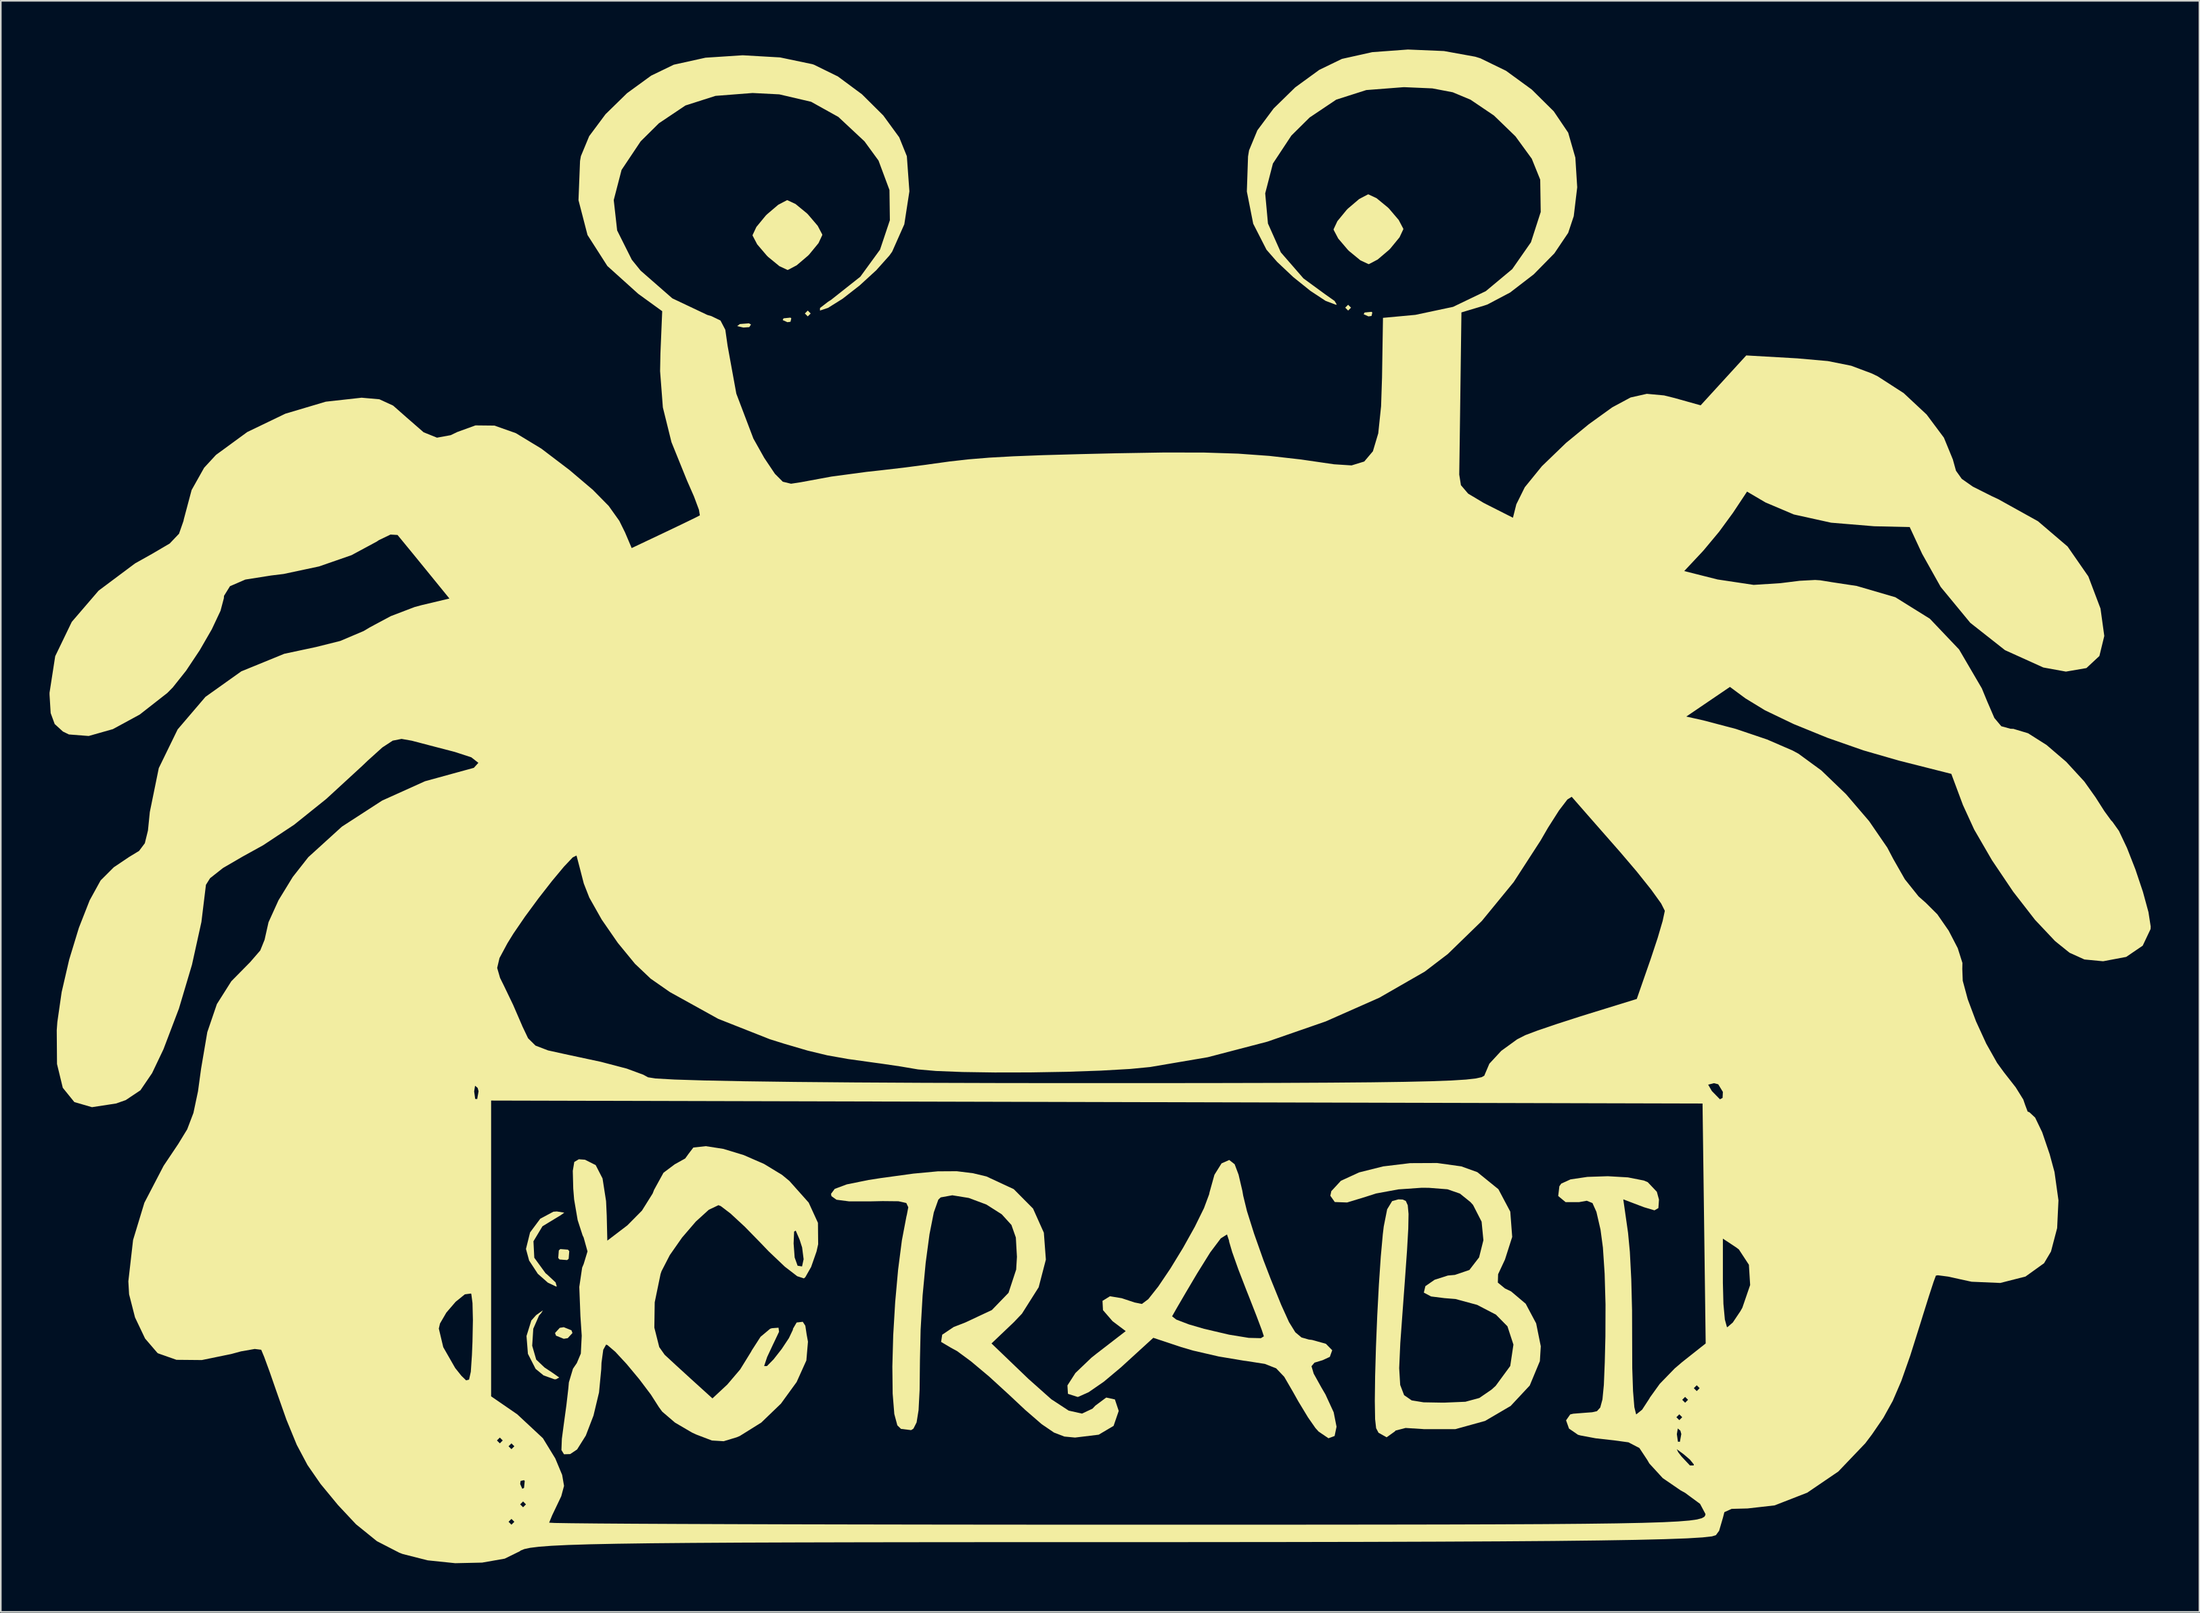
<source format=kicad_pcb>
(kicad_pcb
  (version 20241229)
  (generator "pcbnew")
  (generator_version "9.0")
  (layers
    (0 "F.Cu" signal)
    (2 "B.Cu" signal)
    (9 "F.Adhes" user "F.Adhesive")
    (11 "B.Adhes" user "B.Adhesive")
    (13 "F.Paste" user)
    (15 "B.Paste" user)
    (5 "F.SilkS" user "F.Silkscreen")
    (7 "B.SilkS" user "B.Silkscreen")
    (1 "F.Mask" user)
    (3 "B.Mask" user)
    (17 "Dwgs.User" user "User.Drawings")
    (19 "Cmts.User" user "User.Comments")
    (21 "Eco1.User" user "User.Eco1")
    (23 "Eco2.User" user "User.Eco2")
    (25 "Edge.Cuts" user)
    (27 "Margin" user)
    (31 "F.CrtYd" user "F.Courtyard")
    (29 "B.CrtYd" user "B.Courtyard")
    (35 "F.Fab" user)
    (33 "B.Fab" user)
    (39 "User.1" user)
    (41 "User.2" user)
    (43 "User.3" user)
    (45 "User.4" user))
  (footprint "PAMI"
    (layer "F.Cu")
    (at 69.403 33.248)
    (property "Reference" "PAMI" (at 0 0 0) (layer "F.SilkS") (effects (font (size 1.5 1.5) (thickness 0.3))))
    (attr board_only exclude_from_pos_files exclude_from_bom)
    (fp_poly (pts (xy -22.538 -16.993) (xy -22.717 -16.814) (xy -22.896 -16.993) (xy -22.717 -17.172)) (stroke (width 0) (type solid)) (fill yes) (layer "F.SilkS"))
    (fp_poly (pts (xy 10.732 -17.351) (xy 10.554 -17.172) (xy 10.375 -17.351) (xy 10.554 -17.53)) (stroke (width 0) (type solid)) (fill yes) (layer "F.SilkS"))
    (fp_poly (pts (xy -26.212 -16.315) (xy -26.319 -16.152) (xy -26.682 -16.127) (xy -27.064 -16.214) (xy -26.898 -16.343) (xy -26.339 -16.386)) (stroke (width 0) (type solid)) (fill yes) (layer "F.SilkS"))
    (fp_poly (pts (xy -23.731 -16.695) (xy -23.78 -16.482) (xy -23.969 -16.456) (xy -24.263 -16.587) (xy -24.208 -16.695) (xy -23.783 -16.738)) (stroke (width 0) (type solid)) (fill yes) (layer "F.SilkS"))
    (fp_poly (pts (xy 12.044 -17.053) (xy 11.995 -16.84) (xy 11.806 -16.814) (xy 11.511 -16.945) (xy 11.567 -17.053) (xy 11.992 -17.095)) (stroke (width 0) (type solid)) (fill yes) (layer "F.SilkS"))
    (fp_poly (pts (xy -37.484 40.659) (xy -37.403 40.753) (xy -37.439 41.22) (xy -37.533 41.301) (xy -38.001 41.265) (xy -38.081 41.171) (xy -38.045 40.704) (xy -37.952 40.623)) (stroke (width 0) (type solid)) (fill yes) (layer "F.SilkS"))
    (fp_poly (pts (xy -37.266 45.627) (xy -37.206 45.792) (xy -37.495 46.109) (xy -37.742 46.149) (xy -38.218 45.956) (xy -38.279 45.792) (xy -37.989 45.474) (xy -37.742 45.434)) (stroke (width 0) (type solid)) (fill yes) (layer "F.SilkS"))
    (fp_poly (pts (xy -39.125 44.561) (xy -39.263 44.718) (xy -39.618 45.528) (xy -39.685 46.576) (xy -39.437 47.431) (xy -39.436 47.432) (xy -38.928 47.914) (xy -38.458 48.226) (xy -38.02 48.533) (xy -38.215 48.639) (xy -38.313 48.643) (xy -38.983 48.404) (xy -39.476 47.999) (xy -39.948 47.074) (xy -40.035 45.978) (xy -39.738 45.022) (xy -39.442 44.69) (xy -39.028 44.397)) (stroke (width 0) (type solid)) (fill yes) (layer "F.SilkS"))
    (fp_poly (pts (xy -37.71 38.381) (xy -37.921 38.533) (xy -39.051 39.218) (xy -39.607 40.143) (xy -39.556 41.157) (xy -38.862 42.111) (xy -38.767 42.188) (xy -38.244 42.676) (xy -38.171 42.922) (xy -38.217 42.93) (xy -38.722 42.69) (xy -39.338 42.147) (xy -39.874 41.33) (xy -40.068 40.616) (xy -39.815 39.597) (xy -39.187 38.753) (xy -38.38 38.322) (xy -38.169 38.307)) (stroke (width 0) (type solid)) (fill yes) (layer "F.SilkS"))
    (fp_poly (pts (xy -23.472 -23.736) (xy -22.778 -23.167) (xy -22.701 -23.091) (xy -22.106 -22.393) (xy -21.826 -21.86) (xy -21.823 -21.823) (xy -22.056 -21.325) (xy -22.625 -20.632) (xy -22.701 -20.554) (xy -23.399 -19.96) (xy -23.932 -19.679) (xy -23.969 -19.676) (xy -24.466 -19.909) (xy -25.16 -20.478) (xy -25.237 -20.554) (xy -25.832 -21.252) (xy -26.112 -21.785) (xy -26.115 -21.823) (xy -25.882 -22.32) (xy -25.313 -23.013) (xy -25.237 -23.091) (xy -24.539 -23.685) (xy -24.006 -23.966) (xy -23.969 -23.969)) (stroke (width 0) (type solid)) (fill yes) (layer "F.SilkS"))
    (fp_poly (pts (xy 12.303 -24.094) (xy 12.996 -23.525) (xy 13.074 -23.449) (xy 13.668 -22.751) (xy 13.949 -22.217) (xy 13.952 -22.18) (xy 13.719 -21.683) (xy 13.15 -20.989) (xy 13.074 -20.912) (xy 12.376 -20.318) (xy 11.843 -20.037) (xy 11.806 -20.034) (xy 11.308 -20.267) (xy 10.615 -20.836) (xy 10.537 -20.912) (xy 9.943 -21.61) (xy 9.662 -22.143) (xy 9.659 -22.18) (xy 9.892 -22.678) (xy 10.461 -23.371) (xy 10.537 -23.449) (xy 11.235 -24.043) (xy 11.769 -24.323) (xy 11.806 -24.327)) (stroke (width 0) (type solid)) (fill yes) (layer "F.SilkS"))
    (fp_poly (pts (xy -12.542 35.953) (xy -11.717 36.151) (xy -10.034 36.933) (xy -8.847 38.129) (xy -8.181 39.616) (xy -8.057 41.272) (xy -8.5 42.975) (xy -9.53 44.603) (xy -10.032 45.13) (xy -11.404 46.436) (xy -9.131 48.618) (xy -7.724 49.87) (xy -6.652 50.572) (xy -5.833 50.755) (xy -5.188 50.453) (xy -5.008 50.263) (xy -4.341 49.767) (xy -3.807 49.883) (xy -3.578 50.569) (xy -3.577 50.609) (xy -3.887 51.511) (xy -4.805 52.055) (xy -6.26 52.231) (xy -6.917 52.169) (xy -7.556 51.924) (xy -8.315 51.406) (xy -9.331 50.527) (xy -10.325 49.595) (xy -11.549 48.475) (xy -12.665 47.539) (xy -13.524 46.905) (xy -13.9 46.702) (xy -14.507 46.341) (xy -14.44 45.897) (xy -13.729 45.42) (xy -13.03 45.15) (xy -11.383 44.379) (xy -10.356 43.317) (xy -9.885 41.884) (xy -9.838 41.102) (xy -9.906 39.91) (xy -10.178 39.138) (xy -10.759 38.498) (xy -10.788 38.473) (xy -11.72 37.88) (xy -12.805 37.475) (xy -13.818 37.311) (xy -14.531 37.44) (xy -14.678 37.579) (xy -14.956 38.363) (xy -15.222 39.709) (xy -15.457 41.465) (xy -15.646 43.478) (xy -15.769 45.596) (xy -15.81 47.454) (xy -15.831 49.298) (xy -15.895 50.54) (xy -16.016 51.296) (xy -16.209 51.679) (xy -16.352 51.773) (xy -16.978 51.697) (xy -17.202 51.478) (xy -17.389 50.781) (xy -17.49 49.524) (xy -17.509 47.857) (xy -17.456 45.93) (xy -17.335 43.893) (xy -17.155 41.894) (xy -16.922 40.085) (xy -16.642 38.614) (xy -16.617 38.514) (xy -16.528 38.048) (xy -16.651 37.787) (xy -17.129 37.679) (xy -18.105 37.669) (xy -18.84 37.685) (xy -20.185 37.684) (xy -20.948 37.585) (xy -21.259 37.365) (xy -21.286 37.224) (xy -21.057 36.916) (xy -20.315 36.64) (xy -18.976 36.369) (xy -18.245 36.255) (xy -16.217 35.977) (xy -14.71 35.836) (xy -13.545 35.829)) (stroke (width 0) (type solid)) (fill yes) (layer "F.SilkS"))
    (fp_poly (pts (xy 17.523 35.531) (xy 18.507 35.885) (xy 19.806 36.937) (xy 20.538 38.318) (xy 20.656 39.875) (xy 20.21 41.271) (xy 19.788 42.173) (xy 19.772 42.688) (xy 20.207 43.047) (xy 20.589 43.231) (xy 21.487 43.99) (xy 22.131 45.2) (xy 22.416 46.61) (xy 22.36 47.523) (xy 21.736 49.026) (xy 20.562 50.283) (xy 18.986 51.207) (xy 17.154 51.713) (xy 15.215 51.714) (xy 15.172 51.708) (xy 14.091 51.64) (xy 13.476 51.8) (xy 13.426 51.856) (xy 12.924 52.215) (xy 12.425 51.934) (xy 12.277 51.654) (xy 12.215 51.098) (xy 12.197 49.976) (xy 12.216 48.438) (xy 12.268 46.633) (xy 12.347 44.708) (xy 12.448 42.813) (xy 12.564 41.096) (xy 12.69 39.706) (xy 12.747 39.234) (xy 12.957 38.173) (xy 13.263 37.67) (xy 13.643 37.563) (xy 13.913 37.572) (xy 14.106 37.661) (xy 14.225 37.926) (xy 14.274 38.462) (xy 14.257 39.364) (xy 14.179 40.726) (xy 14.042 42.645) (xy 13.923 44.254) (xy 13.766 46.412) (xy 13.697 47.957) (xy 13.76 48.992) (xy 14.001 49.62) (xy 14.466 49.942) (xy 15.2 50.061) (xy 16.248 50.079) (xy 16.508 50.079) (xy 17.775 50.026) (xy 18.631 49.794) (xy 19.377 49.283) (xy 19.638 49.047) (xy 20.536 47.823) (xy 20.732 46.507) (xy 20.363 45.38) (xy 19.654 44.661) (xy 18.498 44.06) (xy 17.163 43.699) (xy 16.489 43.645) (xy 15.663 43.542) (xy 15.215 43.305) (xy 15.31 42.908) (xy 15.879 42.514) (xy 16.695 42.253) (xy 17.128 42.214) (xy 18.019 41.912) (xy 18.618 41.134) (xy 18.883 40.077) (xy 18.772 38.936) (xy 18.245 37.905) (xy 18.082 37.726) (xy 17.438 37.207) (xy 16.671 36.941) (xy 15.526 36.852) (xy 15.085 36.848) (xy 13.65 36.947) (xy 12.277 37.199) (xy 11.629 37.407) (xy 10.49 37.754) (xy 9.732 37.726) (xy 9.458 37.339) (xy 9.518 37.058) (xy 10.109 36.418) (xy 11.232 35.902) (xy 12.711 35.532) (xy 14.37 35.332) (xy 16.033 35.324)) (stroke (width 0) (type solid)) (fill yes) (layer "F.SilkS"))
    (fp_poly (pts (xy 3.567 35.4) (xy 3.808 36.041) (xy 4.043 37.045) (xy 4.094 37.339) (xy 4.326 38.289) (xy 4.766 39.684) (xy 5.342 41.311) (xy 5.783 42.458) (xy 6.435 44.064) (xy 6.914 45.12) (xy 7.302 45.748) (xy 7.681 46.066) (xy 8.131 46.195) (xy 8.332 46.219) (xy 9.183 46.456) (xy 9.574 46.854) (xy 9.427 47.262) (xy 8.981 47.467) (xy 8.484 47.617) (xy 8.298 47.838) (xy 8.434 48.295) (xy 8.909 49.15) (xy 9.159 49.578) (xy 9.664 50.674) (xy 9.84 51.564) (xy 9.721 52.135) (xy 9.343 52.274) (xy 8.739 51.865) (xy 8.54 51.644) (xy 8.086 50.993) (xy 7.481 49.994) (xy 7.154 49.41) (xy 6.618 48.488) (xy 6.121 47.967) (xy 5.422 47.694) (xy 4.279 47.515) (xy 4.126 47.496) (xy 2.585 47.238) (xy 1.011 46.875) (xy 0.275 46.659) (xy -1.442 46.088) (xy -3.433 47.907) (xy -4.488 48.791) (xy -5.425 49.438) (xy -6.062 49.723) (xy -6.111 49.727) (xy -6.698 49.538) (xy -6.729 49.021) (xy -6.237 48.255) (xy -5.255 47.316) (xy -4.953 47.075) (xy -3.14 45.676) (xy -3.951 45.064) (xy -4.21 44.765) (xy -0.284 44.765) (xy -0.026 44.966) (xy 0.749 45.262) (xy 1.684 45.535) (xy 3.224 45.895) (xy 4.434 46.092) (xy 5.183 46.111) (xy 5.366 45.997) (xy 5.242 45.618) (xy 4.913 44.743) (xy 4.443 43.541) (xy 4.293 43.165) (xy 3.79 41.864) (xy 3.414 40.803) (xy 3.228 40.168) (xy 3.22 40.097) (xy 3.095 39.723) (xy 2.714 39.963) (xy 2.062 40.831) (xy 1.252 42.132) (xy 0.562 43.298) (xy 0.025 44.218) (xy -0.264 44.726) (xy -0.284 44.765) (xy -4.21 44.765) (xy -4.54 44.385) (xy -4.57 43.813) (xy -4.11 43.529) (xy -3.388 43.649) (xy -2.594 43.912) (xy -2.144 44.003) (xy -1.752 43.709) (xy -1.137 42.931) (xy -0.391 41.825) (xy 0.39 40.547) (xy 1.111 39.255) (xy 1.678 38.104) (xy 1.996 37.25) (xy 2.022 37.125) (xy 2.322 36.048) (xy 2.76 35.347) (xy 3.233 35.137)) (stroke (width 0) (type solid)) (fill yes) (layer "F.SilkS"))
    (fp_poly (pts (xy -27.912 34.454) (xy -26.664 34.834) (xy -25.409 35.381) (xy -24.302 36.054) (xy -23.848 36.429) (xy -22.661 37.761) (xy -22.09 39.008) (xy -22.077 40.326) (xy -22.178 40.774) (xy -22.51 41.725) (xy -22.866 42.351) (xy -22.954 42.429) (xy -23.367 42.295) (xy -24.129 41.708) (xy -25.127 40.76) (xy -25.569 40.298) (xy -25.59 40.276) (xy -23.589 40.276) (xy -23.525 41.14) (xy -23.343 41.65) (xy -23.07 41.693) (xy -22.972 41.248) (xy -23.065 40.523) (xy -23.218 40.045) (xy -23.46 39.486) (xy -23.558 39.547) (xy -23.589 40.276) (xy -23.589 40.276) (xy -25.59 40.276) (xy -26.596 39.246) (xy -27.475 38.433) (xy -28.073 37.977) (xy -28.218 37.921) (xy -28.812 38.203) (xy -29.609 38.928) (xy -30.459 39.918) (xy -31.212 40.995) (xy -31.72 41.981) (xy -31.782 42.164) (xy -32.141 43.902) (xy -32.164 45.461) (xy -31.861 46.661) (xy -31.528 47.133) (xy -30.826 47.782) (xy -29.93 48.601) (xy -29.723 48.789) (xy -28.586 49.82) (xy -27.673 48.968) (xy -26.879 48.035) (xy -26.199 46.933) (xy -26.169 46.87) (xy -25.625 46.026) (xy -25.036 45.532) (xy -24.927 45.497) (xy -24.518 45.466) (xy -24.486 45.717) (xy -24.818 46.419) (xy -24.838 46.458) (xy -25.22 47.274) (xy -25.397 47.806) (xy -25.398 47.831) (xy -25.229 47.828) (xy -24.821 47.413) (xy -24.322 46.776) (xy -23.878 46.107) (xy -23.636 45.598) (xy -23.624 45.523) (xy -23.402 45.145) (xy -23.024 45.102) (xy -22.868 45.344) (xy -22.785 45.888) (xy -22.705 46.328) (xy -22.804 47.482) (xy -23.402 48.811) (xy -24.37 50.144) (xy -25.581 51.309) (xy -26.906 52.136) (xy -27.095 52.215) (xy -27.897 52.457) (xy -28.62 52.412) (xy -29.576 52.048) (xy -29.852 51.92) (xy -30.892 51.31) (xy -31.682 50.633) (xy -31.883 50.358) (xy -32.376 49.587) (xy -33.086 48.645) (xy -33.867 47.706) (xy -34.572 46.945) (xy -35.053 46.535) (xy -35.135 46.507) (xy -35.31 46.826) (xy -35.418 47.628) (xy -35.433 48.027) (xy -35.57 49.453) (xy -35.91 50.876) (xy -36.383 52.108) (xy -36.92 52.964) (xy -37.346 53.249) (xy -37.727 53.26) (xy -37.885 52.999) (xy -37.858 52.305) (xy -37.746 51.462) (xy -37.579 50.237) (xy -37.46 49.212) (xy -37.426 48.832) (xy -37.174 47.991) (xy -36.937 47.644) (xy -36.69 47.057) (xy -36.635 45.96) (xy -36.715 44.754) (xy -36.785 42.955) (xy -36.609 41.764) (xy -36.516 41.547) (xy -36.279 40.766) (xy -36.517 39.911) (xy -36.582 39.777) (xy -36.885 38.841) (xy -37.103 37.567) (xy -37.157 36.901) (xy -37.185 35.806) (xy -37.093 35.258) (xy -36.814 35.093) (xy -36.434 35.121) (xy -35.775 35.453) (xy -35.353 36.275) (xy -35.136 37.671) (xy -35.095 38.565) (xy -35.059 40.104) (xy -33.825 39.163) (xy -32.928 38.256) (xy -32.267 37.2) (xy -32.18 36.976) (xy -31.601 35.923) (xy -30.91 35.404) (xy -30.264 35.045) (xy -30.051 34.749) (xy -29.761 34.37) (xy -28.996 34.286)) (stroke (width 0) (type solid)) (fill yes) (layer "F.SilkS"))
    (fp_poly (pts (xy 16.454 -33.155) (xy 18.381 -32.806) (xy 18.698 -32.707) (xy 20.277 -31.938) (xy 21.861 -30.783) (xy 23.217 -29.44) (xy 24.103 -28.128) (xy 24.544 -26.592) (xy 24.659 -24.764) (xy 24.446 -22.987) (xy 24.103 -21.957) (xy 23.253 -20.696) (xy 21.981 -19.402) (xy 20.526 -18.283) (xy 19.13 -17.546) (xy 18.909 -17.472) (xy 17.53 -17.059) (xy 17.47 -12.554) (xy 17.446 -10.738) (xy 17.424 -9.103) (xy 17.406 -7.825) (xy 17.395 -7.082) (xy 17.395 -7.073) (xy 17.499 -6.419) (xy 17.944 -5.898) (xy 18.888 -5.334) (xy 19.04 -5.255) (xy 20.702 -4.414) (xy 20.91 -5.241) (xy 21.43 -6.291) (xy 22.482 -7.585) (xy 23.97 -9.021) (xy 25.368 -10.169) (xy 26.817 -11.214) (xy 27.945 -11.82) (xy 28.945 -12.045) (xy 30.008 -11.947) (xy 30.656 -11.786) (xy 32.259 -11.337) (xy 33.663 -12.873) (xy 35.067 -14.409) (xy 38.196 -14.23) (xy 40.086 -14.063) (xy 41.529 -13.774) (xy 42.788 -13.303) (xy 43.161 -13.122) (xy 44.761 -12.089) (xy 46.173 -10.77) (xy 47.237 -9.345) (xy 47.794 -7.989) (xy 47.799 -7.961) (xy 47.981 -7.308) (xy 48.337 -6.808) (xy 49.015 -6.332) (xy 50.167 -5.752) (xy 50.577 -5.561) (xy 53.028 -4.2) (xy 54.853 -2.642) (xy 56.13 -0.801) (xy 56.879 1.178) (xy 57.112 2.866) (xy 56.811 4.1) (xy 56.012 4.844) (xy 54.75 5.061) (xy 53.359 4.808) (xy 50.998 3.74) (xy 48.86 2.056) (xy 47.039 -0.153) (xy 45.898 -2.189) (xy 45.131 -3.84) (xy 42.941 -3.89) (xy 40.293 -4.109) (xy 37.996 -4.616) (xy 36.25 -5.357) (xy 35.116 -6.024) (xy 34.245 -4.711) (xy 33.395 -3.55) (xy 32.445 -2.41) (xy 32.311 -2.264) (xy 31.248 -1.13) (xy 33.299 -0.613) (xy 35.523 -0.279) (xy 37.176 -0.385) (xy 38.352 -0.531) (xy 39.308 -0.582) (xy 39.623 -0.561) (xy 40.353 -0.443) (xy 41.438 -0.278) (xy 41.858 -0.216) (xy 44.244 0.48) (xy 46.372 1.805) (xy 48.171 3.697) (xy 49.573 6.095) (xy 49.899 6.887) (xy 50.344 7.917) (xy 50.77 8.425) (xy 51.339 8.582) (xy 51.514 8.586) (xy 52.419 8.858) (xy 53.56 9.582) (xy 54.77 10.619) (xy 55.882 11.829) (xy 56.572 12.8) (xy 57.119 13.657) (xy 57.529 14.221) (xy 57.615 14.31) (xy 58.014 14.871) (xy 58.509 15.917) (xy 59.027 17.239) (xy 59.492 18.626) (xy 59.831 19.869) (xy 59.969 20.759) (xy 59.961 20.919) (xy 59.477 21.94) (xy 58.462 22.631) (xy 57.061 22.895) (xy 57.006 22.896) (xy 55.889 22.789) (xy 54.973 22.375) (xy 54.083 21.658) (xy 52.847 20.348) (xy 51.499 18.61) (xy 50.198 16.679) (xy 49.102 14.789) (xy 48.41 13.281) (xy 47.693 11.359) (xy 44.464 10.542) (xy 42.29 9.915) (xy 40.064 9.137) (xy 37.976 8.287) (xy 36.215 7.441) (xy 35.019 6.711) (xy 34.063 6.004) (xy 32.719 6.917) (xy 31.375 7.83) (xy 32.412 8.061) (xy 34.426 8.591) (xy 36.351 9.242) (xy 37.918 9.92) (xy 38.279 10.115) (xy 39.694 11.151) (xy 41.212 12.611) (xy 42.632 14.269) (xy 43.752 15.901) (xy 44.121 16.603) (xy 44.832 17.849) (xy 45.678 18.907) (xy 46.121 19.298) (xy 46.831 20.006) (xy 47.53 21.014) (xy 48.088 22.091) (xy 48.377 23.002) (xy 48.369 23.37) (xy 48.397 24.099) (xy 48.706 25.244) (xy 49.216 26.603) (xy 49.845 27.975) (xy 50.512 29.158) (xy 50.94 29.745) (xy 51.657 30.662) (xy 52.126 31.416) (xy 52.231 31.725) (xy 52.395 32.159) (xy 52.501 32.197) (xy 52.855 32.527) (xy 53.289 33.43) (xy 53.748 34.778) (xy 54.047 35.88) (xy 54.29 37.623) (xy 54.209 39.333) (xy 53.83 40.775) (xy 53.404 41.494) (xy 52.261 42.315) (xy 50.71 42.71) (xy 48.944 42.635) (xy 48.478 42.535) (xy 47.498 42.319) (xy 46.862 42.236) (xy 46.744 42.258) (xy 46.602 42.64) (xy 46.311 43.532) (xy 45.926 44.76) (xy 45.829 45.076) (xy 45.168 47.175) (xy 44.612 48.753) (xy 44.085 49.977) (xy 43.508 51.017) (xy 42.804 52.044) (xy 42.394 52.587) (xy 40.735 54.323) (xy 38.821 55.626) (xy 36.814 56.408) (xy 35.149 56.597) (xy 34.168 56.622) (xy 33.72 56.825) (xy 33.628 57.18) (xy 33.397 57.971) (xy 33.199 58.241) (xy 32.96 58.315) (xy 32.378 58.38) (xy 31.421 58.438) (xy 30.056 58.488) (xy 28.253 58.532) (xy 25.979 58.568) (xy 23.202 58.599) (xy 19.89 58.623) (xy 16.011 58.642) (xy 11.533 58.656) (xy 6.425 58.665) (xy 0.655 58.67) (xy -3.531 58.67) (xy -9.47 58.671) (xy -14.733 58.674) (xy -19.363 58.68) (xy -23.4 58.689) (xy -26.885 58.701) (xy -29.859 58.719) (xy -32.364 58.741) (xy -34.439 58.77) (xy -36.125 58.804) (xy -37.465 58.846) (xy -38.498 58.896) (xy -39.266 58.954) (xy -39.809 59.021) (xy -40.168 59.097) (xy -40.384 59.184) (xy -40.458 59.237) (xy -41.377 59.688) (xy -42.769 59.932) (xy -44.422 59.968) (xy -46.122 59.792) (xy -47.657 59.403) (xy -47.866 59.323) (xy -49.246 58.612) (xy -50.534 57.57) (xy -50.676 57.418) (xy -41.141 57.418) (xy -40.962 57.597) (xy -40.783 57.418) (xy -40.962 57.239) (xy -41.141 57.418) (xy -50.676 57.418) (xy -51.649 56.38) (xy -51.677 56.345) (xy -40.425 56.345) (xy -40.246 56.524) (xy -40.068 56.345) (xy -40.246 56.166) (xy -40.425 56.345) (xy -51.677 56.345) (xy -52.71 55.093) (xy -40.425 55.093) (xy -40.294 55.387) (xy -40.187 55.331) (xy -40.144 54.907) (xy -40.187 54.854) (xy -40.4 54.904) (xy -40.425 55.093) (xy -52.71 55.093) (xy -52.713 55.09) (xy -53.519 53.925) (xy -54.134 52.768) (xy -41.141 52.768) (xy -40.962 52.946) (xy -40.783 52.768) (xy -40.962 52.589) (xy -41.141 52.768) (xy -54.134 52.768) (xy -54.183 52.675) (xy -54.292 52.41) (xy -41.856 52.41) (xy -41.677 52.589) (xy -41.499 52.41) (xy -41.677 52.231) (xy -41.856 52.41) (xy -54.292 52.41) (xy -54.818 51.129) (xy -55.433 49.383) (xy -55.85 48.183) (xy -56.187 47.263) (xy -56.37 46.824) (xy -56.769 46.775) (xy -57.617 46.924) (xy -58.21 47.085) (xy -60.027 47.458) (xy -61.587 47.444) (xy -62.721 47.045) (xy -62.763 47.015) (xy -63.52 46.133) (xy -63.812 45.52) (xy -45.434 45.52) (xy -45.161 46.665) (xy -44.426 47.949) (xy -44.046 48.425) (xy -43.754 48.709) (xy -43.572 48.663) (xy -43.464 48.179) (xy -43.395 47.148) (xy -43.361 46.324) (xy -43.335 44.987) (xy -43.36 43.949) (xy -43.432 43.398) (xy -43.452 43.361) (xy -43.83 43.41) (xy -44.398 43.869) (xy -44.97 44.535) (xy -45.362 45.208) (xy -45.434 45.52) (xy -63.812 45.52) (xy -64.14 44.831) (xy -64.505 43.406) (xy -64.55 42.609) (xy -64.259 40.064) (xy -63.563 37.771) (xy -62.378 35.493) (xy -61.481 34.155) (xy -60.928 33.251) (xy -60.543 32.24) (xy -60.382 31.478) (xy -42.214 31.478) (xy -42.214 40.585) (xy -42.214 49.692) (xy -40.606 50.799) (xy -39.024 52.273) (xy -38.263 53.517) (xy -37.84 54.531) (xy -37.724 55.206) (xy -37.895 55.842) (xy -38.083 56.239) (xy -38.453 57.014) (xy -38.633 57.453) (xy -38.637 57.473) (xy -38.287 57.491) (xy -37.27 57.507) (xy -35.633 57.523) (xy -33.425 57.538) (xy -30.693 57.551) (xy -27.486 57.563) (xy -23.852 57.574) (xy -19.838 57.582) (xy -15.493 57.589) (xy -10.865 57.594) (xy -6.001 57.597) (xy -3.041 57.597) (xy 2.793 57.597) (xy 7.953 57.595) (xy 12.48 57.591) (xy 16.416 57.585) (xy 19.801 57.575) (xy 22.678 57.561) (xy 25.087 57.541) (xy 27.069 57.516) (xy 28.667 57.484) (xy 29.922 57.445) (xy 30.874 57.397) (xy 31.565 57.341) (xy 32.036 57.275) (xy 32.33 57.198) (xy 32.486 57.11) (xy 32.547 57.011) (xy 32.555 56.938) (xy 32.223 56.314) (xy 31.294 55.63) (xy 31.035 55.489) (xy 29.924 54.727) (xy 29.1 53.828) (xy 28.972 53.608) (xy 28.536 52.949) (xy 30.79 52.949) (xy 30.878 53.134) (xy 31.078 53.394) (xy 31.6 53.95) (xy 31.834 53.947) (xy 31.839 53.885) (xy 31.595 53.586) (xy 31.213 53.259) (xy 30.79 52.949) (xy 28.536 52.949) (xy 28.486 52.874) (xy 27.813 52.524) (xy 26.937 52.404) (xy 25.798 52.277) (xy 24.857 52.101) (xy 24.706 52.059) (xy 24.653 52.022) (xy 30.794 52.022) (xy 30.86 52.486) (xy 30.982 52.492) (xy 31.068 52.013) (xy 31.011 51.806) (xy 30.852 51.671) (xy 30.794 52.022) (xy 24.653 52.022) (xy 24.153 51.678) (xy 23.973 51.171) (xy 24.107 50.979) (xy 30.766 50.979) (xy 30.945 51.158) (xy 31.124 50.979) (xy 30.945 50.8) (xy 30.766 50.979) (xy 24.107 50.979) (xy 24.228 50.806) (xy 24.416 50.762) (xy 25.142 50.705) (xy 25.579 50.673) (xy 25.873 50.607) (xy 26.077 50.382) (xy 26.213 49.882) (xy 26.299 48.993) (xy 26.356 47.598) (xy 26.395 45.992) (xy 26.402 44.034) (xy 26.348 42.14) (xy 26.241 40.529) (xy 26.095 39.432) (xy 25.842 38.334) (xy 25.598 37.789) (xy 25.246 37.648) (xy 24.776 37.732) (xy 23.945 37.733) (xy 23.489 37.356) (xy 23.56 36.756) (xy 23.676 36.592) (xy 24.248 36.332) (xy 25.285 36.179) (xy 26.544 36.137) (xy 27.783 36.209) (xy 28.757 36.401) (xy 29.001 36.503) (xy 29.562 37.096) (xy 29.693 37.576) (xy 29.657 38.099) (xy 29.417 38.238) (xy 28.774 38.047) (xy 28.438 37.92) (xy 27.495 37.561) (xy 27.789 39.619) (xy 27.901 40.802) (xy 27.987 42.471) (xy 28.036 44.4) (xy 28.042 46.239) (xy 28.048 47.951) (xy 28.096 49.37) (xy 28.177 50.361) (xy 28.283 50.792) (xy 28.301 50.8) (xy 28.655 50.515) (xy 29.052 49.906) (xy 31.124 49.906) (xy 31.303 50.085) (xy 31.482 49.906) (xy 31.303 49.727) (xy 31.124 49.906) (xy 29.052 49.906) (xy 29.106 49.823) (xy 29.136 49.765) (xy 29.549 49.19) (xy 31.839 49.19) (xy 32.018 49.369) (xy 32.197 49.19) (xy 32.018 49.011) (xy 31.839 49.19) (xy 29.549 49.19) (xy 29.742 48.922) (xy 30.66 47.976) (xy 31.12 47.583) (xy 32.569 46.436) (xy 32.485 39.98) (xy 33.628 39.98) (xy 33.628 42.707) (xy 33.661 44.001) (xy 33.75 44.963) (xy 33.875 45.419) (xy 33.905 45.434) (xy 34.236 45.149) (xy 34.709 44.445) (xy 34.828 44.233) (xy 35.307 42.837) (xy 35.23 41.589) (xy 34.612 40.645) (xy 34.433 40.512) (xy 33.628 39.98) (xy 32.485 39.98) (xy 32.473 39.048) (xy 32.376 31.661) (xy -4.919 31.569) (xy -42.214 31.478) (xy -60.382 31.478) (xy -60.263 30.915) (xy -43.259 30.915) (xy -43.193 31.379) (xy -43.071 31.385) (xy -42.986 30.906) (xy -43.043 30.699) (xy -43.202 30.564) (xy -43.259 30.915) (xy -60.263 30.915) (xy -60.261 30.904) (xy -60.206 30.498) (xy 32.722 30.498) (xy 32.939 30.875) (xy 32.988 30.931) (xy 33.448 31.4) (xy 33.61 31.313) (xy 33.628 30.945) (xy 33.341 30.474) (xy 33.077 30.408) (xy 32.722 30.498) (xy -60.206 30.498) (xy -60.07 29.505) (xy -59.689 27.264) (xy -59.099 25.536) (xy -58.21 24.13) (xy -57.401 23.309) (xy -41.841 23.309) (xy -41.663 23.925) (xy -41.427 24.402) (xy -40.86 25.582) (xy -40.319 26.831) (xy -40.296 26.889) (xy -39.939 27.64) (xy -39.481 28.093) (xy -38.708 28.389) (xy -37.684 28.615) (xy -35.453 29.093) (xy -33.862 29.51) (xy -32.843 29.886) (xy -32.555 30.045) (xy -32.085 30.118) (xy -30.924 30.183) (xy -29.094 30.24) (xy -26.619 30.289) (xy -23.523 30.33) (xy -19.829 30.362) (xy -15.561 30.385) (xy -10.741 30.399) (xy -6.529 30.403) (xy -1.587 30.403) (xy 2.687 30.398) (xy 6.338 30.39) (xy 9.415 30.375) (xy 11.963 30.354) (xy 14.03 30.325) (xy 15.662 30.288) (xy 16.906 30.242) (xy 17.809 30.185) (xy 18.418 30.117) (xy 18.78 30.036) (xy 18.941 29.942) (xy 18.961 29.886) (xy 19.25 29.208) (xy 19.983 28.416) (xy 20.96 27.707) (xy 21.465 27.449) (xy 22.216 27.166) (xy 23.428 26.754) (xy 24.877 26.287) (xy 25.343 26.142) (xy 28.326 25.221) (xy 29.188 22.745) (xy 29.612 21.465) (xy 29.92 20.416) (xy 30.05 19.811) (xy 30.051 19.787) (xy 29.826 19.34) (xy 29.215 18.49) (xy 28.314 17.361) (xy 27.309 16.181) (xy 26.204 14.922) (xy 25.267 13.854) (xy 24.603 13.094) (xy 24.321 12.771) (xy 24.055 12.936) (xy 23.539 13.612) (xy 22.859 14.679) (xy 22.402 15.468) (xy 20.747 18.024) (xy 18.786 20.418) (xy 16.694 22.451) (xy 15.276 23.534) (xy 12.476 25.143) (xy 9.174 26.604) (xy 5.582 27.85) (xy 1.909 28.809) (xy -1.636 29.412) (xy -2.862 29.531) (xy -4.694 29.635) (xy -6.801 29.707) (xy -9.026 29.744) (xy -11.21 29.748) (xy -13.193 29.719) (xy -14.818 29.656) (xy -15.925 29.56) (xy -16.099 29.531) (xy -17.02 29.375) (xy -18.229 29.197) (xy -18.603 29.147) (xy -20.242 28.919) (xy -21.517 28.692) (xy -22.728 28.4) (xy -24.171 27.977) (xy -25.054 27.7) (xy -28.229 26.446) (xy -31.206 24.797) (xy -32.393 23.969) (xy -33.356 23.055) (xy -34.414 21.766) (xy -35.405 20.332) (xy -36.168 18.98) (xy -36.508 18.111) (xy -36.758 17.142) (xy -36.929 16.49) (xy -36.957 16.388) (xy -37.189 16.503) (xy -37.727 17.071) (xy -38.466 17.958) (xy -39.302 19.03) (xy -40.13 20.155) (xy -40.844 21.199) (xy -41.209 21.79) (xy -41.698 22.701) (xy -41.841 23.309) (xy -57.401 23.309) (xy -57.051 22.954) (xy -56.429 22.235) (xy -56.159 21.568) (xy -56.158 21.557) (xy -55.92 20.497) (xy -55.305 19.142) (xy -54.429 17.71) (xy -53.471 16.49) (xy -51.403 14.61) (xy -48.925 13.004) (xy -46.282 11.812) (xy -44.271 11.26) (xy -43.278 10.988) (xy -42.999 10.68) (xy -43.432 10.34) (xy -44.45 10.008) (xy -45.71 9.68) (xy -46.896 9.37) (xy -47.101 9.316) (xy -47.729 9.205) (xy -48.272 9.313) (xy -48.909 9.73) (xy -49.816 10.548) (xy -50.142 10.86) (xy -52.363 12.902) (xy -54.341 14.49) (xy -56.247 15.752) (xy -57.508 16.449) (xy -58.72 17.154) (xy -59.518 17.784) (xy -59.773 18.192) (xy -60.052 20.482) (xy -60.632 23.111) (xy -61.436 25.814) (xy -62.389 28.321) (xy -63.089 29.79) (xy -63.807 30.845) (xy -64.712 31.45) (xy -65.312 31.659) (xy -66.789 31.885) (xy -67.875 31.571) (xy -68.587 30.692) (xy -68.943 29.225) (xy -68.959 27.146) (xy -68.922 26.642) (xy -68.658 24.804) (xy -68.193 22.796) (xy -67.596 20.838) (xy -66.932 19.146) (xy -66.269 17.94) (xy -66.245 17.908) (xy -65.449 17.113) (xy -64.504 16.477) (xy -63.89 16.104) (xy -63.536 15.632) (xy -63.343 14.847) (xy -63.228 13.707) (xy -62.676 11.003) (xy -61.515 8.621) (xy -59.803 6.617) (xy -57.597 5.046) (xy -54.952 3.965) (xy -53.004 3.549) (xy -51.501 3.173) (xy -50.061 2.562) (xy -49.666 2.327) (xy -48.384 1.642) (xy -46.925 1.085) (xy -46.509 0.972) (xy -44.781 0.561) (xy -46.247 -1.24) (xy -47.046 -2.22) (xy -47.677 -2.989) (xy -47.977 -3.353) (xy -48.41 -3.378) (xy -49.129 -3.032) (xy -49.252 -2.948) (xy -50.808 -2.11) (xy -52.81 -1.415) (xy -54.992 -0.951) (xy -55.762 -0.857) (xy -57.346 -0.607) (xy -58.291 -0.199) (xy -58.66 0.396) (xy -58.67 0.544) (xy -58.875 1.317) (xy -59.409 2.451) (xy -60.156 3.746) (xy -60.996 5.007) (xy -61.813 6.034) (xy -62.151 6.377) (xy -63.851 7.707) (xy -65.502 8.604) (xy -66.992 9.026) (xy -68.209 8.932) (xy -68.579 8.752) (xy -69.086 8.29) (xy -69.333 7.616) (xy -69.402 6.492) (xy -69.403 6.365) (xy -69.054 4.113) (xy -68.034 1.999) (xy -66.382 0.076) (xy -64.136 -1.603) (xy -63.067 -2.202) (xy -62.004 -2.827) (xy -61.43 -3.43) (xy -61.155 -4.218) (xy -61.137 -4.313) (xy -60.655 -6.121) (xy -59.885 -7.492) (xy -59.154 -8.284) (xy -57.229 -9.692) (xy -54.884 -10.821) (xy -52.395 -11.561) (xy -50.187 -11.806) (xy -49.092 -11.709) (xy -48.246 -11.319) (xy -47.378 -10.554) (xy -46.37 -9.677) (xy -45.547 -9.345) (xy -44.702 -9.499) (xy -44.294 -9.695) (xy -43.176 -10.101) (xy -42.01 -10.089) (xy -40.693 -9.624) (xy -39.121 -8.67) (xy -37.385 -7.35) (xy -35.948 -6.13) (xy -34.973 -5.14) (xy -34.321 -4.224) (xy -33.968 -3.509) (xy -33.559 -2.546) (xy -31.536 -3.504) (xy -30.458 -4.019) (xy -29.667 -4.403) (xy -29.361 -4.56) (xy -29.419 -4.908) (xy -29.721 -5.718) (xy -30.156 -6.712) (xy -31.109 -9.067) (xy -31.639 -11.208) (xy -31.81 -13.444) (xy -31.789 -14.527) (xy -31.68 -17.134) (xy -33.154 -18.202) (xy -35.057 -19.917) (xy -36.279 -21.826) (xy -36.834 -23.97) (xy -36.739 -26.385) (xy -36.687 -26.681) (xy -36.175 -27.914) (xy -35.172 -29.261) (xy -33.846 -30.558) (xy -32.363 -31.638) (xy -30.968 -32.313) (xy -29.013 -32.745) (xy -26.724 -32.894) (xy -24.425 -32.762) (xy -22.44 -32.347) (xy -22.336 -32.313) (xy -20.86 -31.588) (xy -19.381 -30.492) (xy -18.068 -29.188) (xy -17.087 -27.843) (xy -16.617 -26.681) (xy -16.46 -24.516) (xy -16.773 -22.485) (xy -17.52 -20.802) (xy -17.691 -20.561) (xy -18.5 -19.656) (xy -19.521 -18.721) (xy -20.571 -17.901) (xy -21.468 -17.339) (xy -21.966 -17.173) (xy -21.965 -17.329) (xy -21.467 -17.715) (xy -21.286 -17.829) (xy -19.482 -19.257) (xy -18.268 -20.924) (xy -17.662 -22.736) (xy -17.687 -24.597) (xy -18.361 -26.41) (xy -19.225 -27.594) (xy -20.832 -29.096) (xy -22.51 -30.03) (xy -24.469 -30.487) (xy -26.115 -30.571) (xy -28.396 -30.394) (xy -30.248 -29.803) (xy -31.882 -28.707) (xy -33.006 -27.594) (xy -34.182 -25.834) (xy -34.664 -23.978) (xy -34.454 -22.107) (xy -33.55 -20.301) (xy -33.009 -19.632) (xy -31.057 -17.925) (xy -28.898 -16.902) (xy -28.655 -16.832) (xy -28.091 -16.559) (xy -27.794 -15.99) (xy -27.654 -15.008) (xy -27.116 -12.055) (xy -26.066 -9.291) (xy -25.396 -8.098) (xy -24.74 -7.119) (xy -24.254 -6.632) (xy -23.747 -6.509) (xy -23.146 -6.601) (xy -21.268 -6.948) (xy -19.102 -7.238) (xy -18.245 -7.332) (xy -16.847 -7.494) (xy -15.447 -7.676) (xy -15.204 -7.711) (xy -13.977 -7.88) (xy -12.799 -8.012) (xy -11.538 -8.115) (xy -10.061 -8.198) (xy -8.235 -8.268) (xy -5.927 -8.332) (xy -3.756 -8.383) (xy -0.771 -8.432) (xy 1.682 -8.428) (xy 3.782 -8.361) (xy 5.71 -8.222) (xy 7.648 -8.002) (xy 9.687 -7.706) (xy 10.765 -7.637) (xy 11.546 -7.876) (xy 12.079 -8.507) (xy 12.409 -9.614) (xy 12.583 -11.281) (xy 12.641 -13.046) (xy 12.7 -16.724) (xy 14.694 -16.908) (xy 17.017 -17.401) (xy 19.032 -18.369) (xy 20.657 -19.724) (xy 21.81 -21.378) (xy 22.412 -23.243) (xy 22.381 -25.231) (xy 22.379 -25.242) (xy 21.86 -26.525) (xy 20.855 -27.904) (xy 19.532 -29.184) (xy 18.091 -30.158) (xy 16.998 -30.615) (xy 15.74 -30.855) (xy 14.052 -30.928) (xy 13.952 -30.928) (xy 11.672 -30.752) (xy 9.82 -30.161) (xy 8.185 -29.064) (xy 7.061 -27.951) (xy 5.923 -26.228) (xy 5.448 -24.39) (xy 5.617 -22.534) (xy 6.41 -20.756) (xy 7.805 -19.151) (xy 9.123 -18.187) (xy 9.721 -17.764) (xy 9.854 -17.541) (xy 9.802 -17.531) (xy 9.171 -17.767) (xy 8.235 -18.383) (xy 7.177 -19.233) (xy 6.18 -20.173) (xy 5.528 -20.919) (xy 4.71 -22.519) (xy 4.318 -24.505) (xy 4.391 -26.662) (xy 4.454 -27.038) (xy 4.965 -28.272) (xy 5.968 -29.619) (xy 7.295 -30.916) (xy 8.778 -31.996) (xy 10.173 -32.671) (xy 12.036 -33.086) (xy 14.234 -33.248)) (stroke (width 0) (type solid)) (fill yes) (layer "F.SilkS")))
  (gr_rect
    (start -3 -3)
    (end 132.372 96.216)
    (stroke (width 0.1) (type default))
    (fill no)
    (layer "Edge.Cuts")))
</source>
